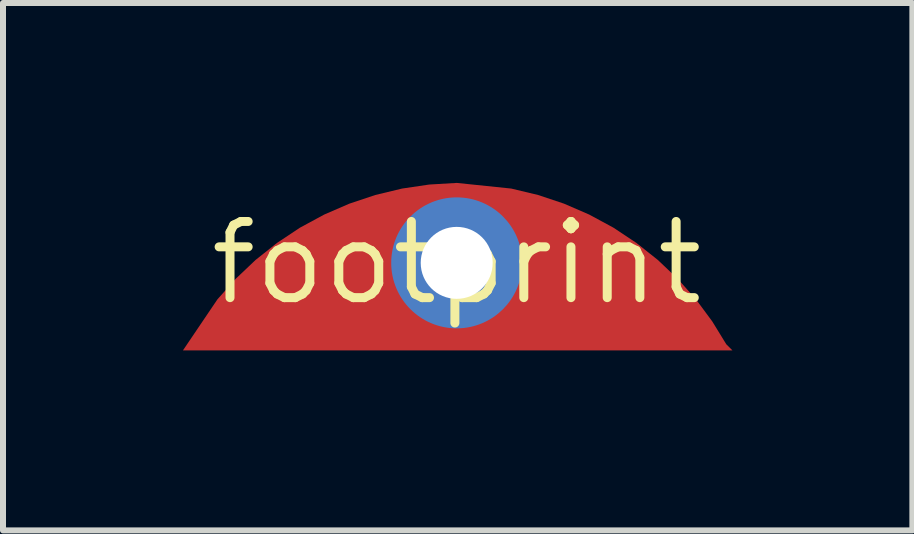
<source format=kicad_pcb>
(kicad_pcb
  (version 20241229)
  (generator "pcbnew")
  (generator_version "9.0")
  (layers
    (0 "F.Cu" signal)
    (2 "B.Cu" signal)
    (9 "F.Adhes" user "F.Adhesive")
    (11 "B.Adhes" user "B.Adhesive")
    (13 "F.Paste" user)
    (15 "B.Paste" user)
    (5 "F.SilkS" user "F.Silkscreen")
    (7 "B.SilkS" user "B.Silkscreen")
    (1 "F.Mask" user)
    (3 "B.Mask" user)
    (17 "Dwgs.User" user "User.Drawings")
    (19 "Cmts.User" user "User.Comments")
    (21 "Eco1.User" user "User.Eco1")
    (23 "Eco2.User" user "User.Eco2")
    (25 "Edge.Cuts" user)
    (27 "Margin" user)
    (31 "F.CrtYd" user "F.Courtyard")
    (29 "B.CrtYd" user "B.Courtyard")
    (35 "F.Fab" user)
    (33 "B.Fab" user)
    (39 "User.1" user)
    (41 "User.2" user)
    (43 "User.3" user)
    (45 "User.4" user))
  (footprint "footprint"
    (layer "F.Cu")
    (at 4.565 1.333)
    (property "Reference" "footprint" (at 0 0 0) (layer "F.SilkS") (effects (font (size 1.27 1.27) (thickness 0.15))))
    (fp_poly (pts (xy 0.909 -1.239) (xy 1.356 -1.132) (xy 1.79 -0.987) (xy 2.21 -0.805) (xy 2.613 -0.587) (xy 2.994 -0.334) (xy 3.353 -0.049) (xy 3.685 0.266) (xy 3.989 0.608) (xy 4.261 0.976) (xy 4.495 1.357) (xy 4.598 1.46) (xy -4.565 1.46) (xy -3.99 0.609) (xy -3.685 0.266) (xy -3.353 -0.049) (xy -2.994 -0.334) (xy -2.613 -0.587) (xy -2.21 -0.805) (xy -1.79 -0.987) (xy -1.356 -1.132) (xy -0.911 -1.239) (xy -0.458 -1.306) (xy -0.002 -1.333) (xy 0.003 -1.333)) (stroke (width 0) (type solid)) (fill yes) (layer "F.Cu"))
    (fp_poly (pts (xy 0.909 -1.239) (xy 1.356 -1.132) (xy 1.79 -0.987) (xy 2.21 -0.805) (xy 2.613 -0.587) (xy 2.994 -0.334) (xy 3.353 -0.049) (xy 3.685 0.266) (xy 3.989 0.608) (xy 4.261 0.976) (xy 4.495 1.357) (xy 4.598 1.46) (xy -4.565 1.46) (xy -3.99 0.609) (xy -3.685 0.266) (xy -3.353 -0.049) (xy -2.994 -0.334) (xy -2.613 -0.587) (xy -2.21 -0.805) (xy -1.79 -0.987) (xy -1.356 -1.132) (xy -0.911 -1.239) (xy -0.458 -1.306) (xy -0.002 -1.333) (xy 0.003 -1.333)) (stroke (width 0) (type solid)) (fill yes) (layer "F.Mask"))
    (pad "TAP" thru_hole circle (at 0 0) (size 2.184 2.184) (drill 1.2) (layers "*.Cu" "*.Mask")))
  (gr_rect
    (start -3 -3)
    (end 12.163 5.794)
    (stroke (width 0.1) (type default))
    (fill no)
    (layer "Edge.Cuts")))
</source>
